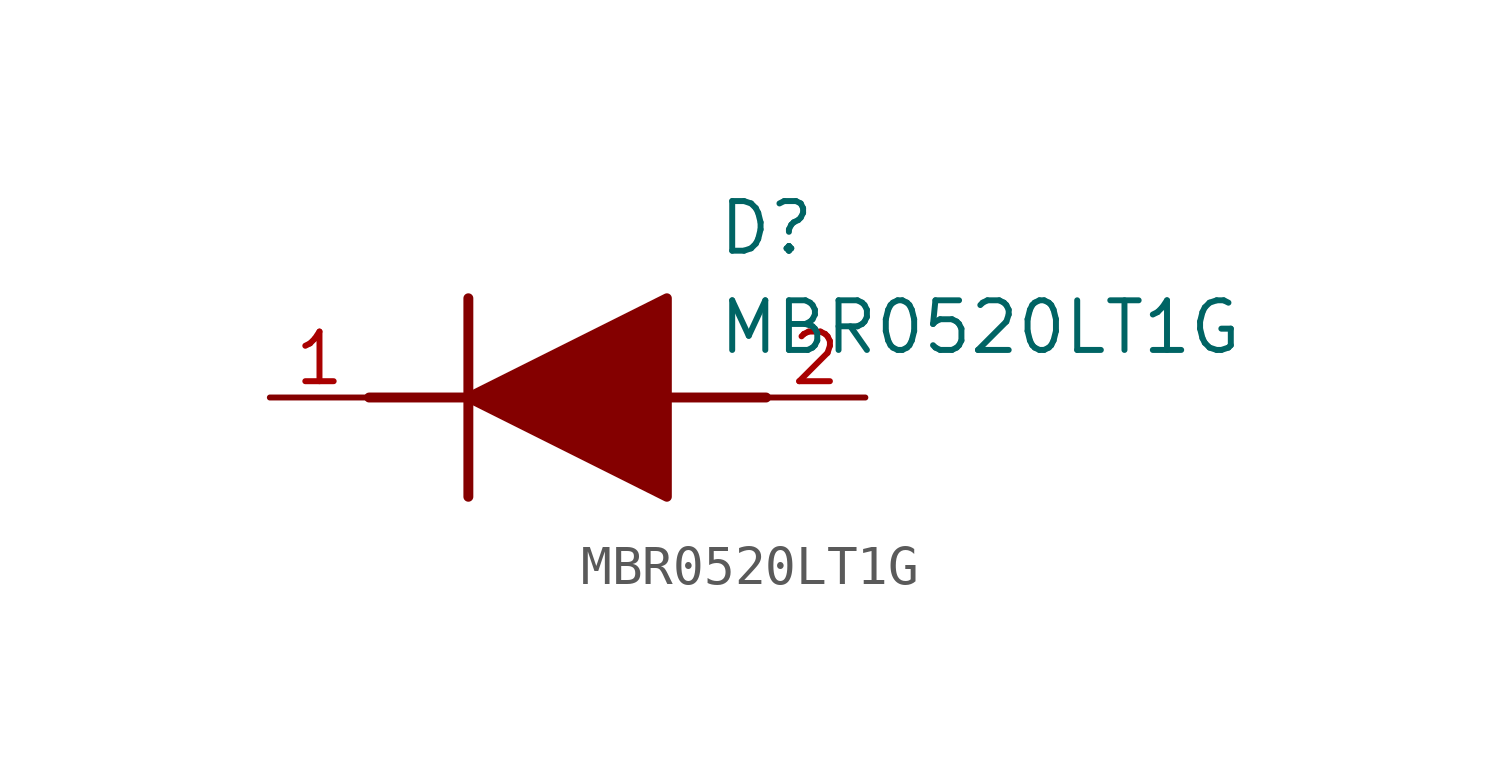
<source format=kicad_sym>
(kicad_symbol_lib
  (version 20231120)
  (generator "kicad_symbol_editor")
  (generator_version "8.0")
  (symbol "MBR0520LT1G"
    (pin_names hide)
    (property "Reference" "D"
      (at 11.43 5.08 0)
      (effects (font (size 1.27 1.27)) (justify left top)))
    (property "Value" "MBR0520LT1G"
      (at 11.43 2.54 0)
      (effects (font (size 1.27 1.27)) (justify left top)))
    (symbol "MBR0520LT1G_1_1"
      (polyline (pts (xy 2.54 0) (xy 5.08 0)) (stroke (width 0.254) (type default)) (fill (type none)))
      (polyline (pts (xy 5.08 2.54) (xy 5.08 -2.54)) (stroke (width 0.254) (type default)) (fill (type none)))
      (polyline (pts (xy 10.16 0) (xy 12.7 0)) (stroke (width 0.254) (type default)) (fill (type none)))
      (polyline (pts (xy 5.08 0) (xy 10.16 2.54) (xy 10.16 -2.54) (xy 5.08 0)) (stroke (width 0.254) (type default)) (fill (type outline)))
      (pin passive line (at 0 0 0) (length 2.54) (name "K" (effects (font (size 1.27 1.27)))) (number "1" (effects (font (size 1.27 1.27)))))
      (pin passive line (at 15.24 0 180) (length 2.54) (name "A" (effects (font (size 1.27 1.27)))) (number "2" (effects (font (size 1.27 1.27))))))))
</source>
